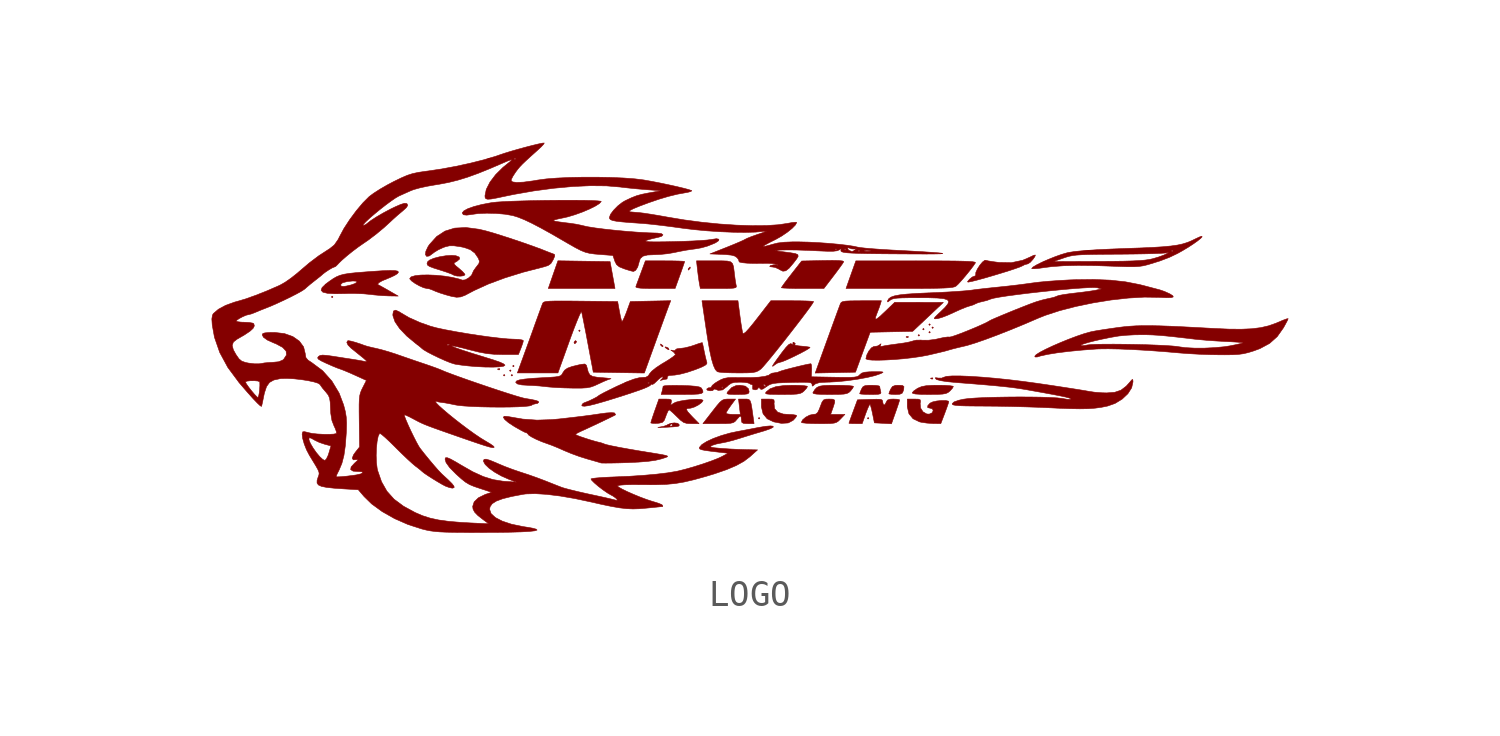
<source format=kicad_sym>
(kicad_symbol_lib
  (version 20220914)
  (generator bitmap2component)
  (symbol "LOGO"
    (pin_names
      (offset 1.016))
    (property "Reference" "#G"
      (at 0 28.695 0)
      (effects (font (size 1.27 1.27)) hide))
    (symbol "LOGO_0_0"
      (polyline (pts (xy -9.803 -3.099) (xy -9.251 -3.092) (xy -8.817 -3.079) (xy -8.5 -3.061) (xy -8.3 -3.038) (xy -8.217 -3.009) (xy -8.251 -2.975) (xy -8.402 -2.935) (xy -8.669 -2.89) (xy -8.768 -2.875) (xy -9.196 -2.785) (xy -9.546 -2.669) (xy -9.808 -2.533) (xy -9.973 -2.382) (xy -10.03 -2.219) (xy -10.013 -2.119) (xy -9.931 -2.003) (xy -9.774 -1.903) (xy -9.529 -1.812) (xy -9.188 -1.727) (xy -8.74 -1.642) (xy -8.639 -1.629) (xy -8.29 -1.619) (xy -7.852 -1.646) (xy -7.34 -1.709) (xy -6.771 -1.807) (xy -6.159 -1.937) (xy -5.767 -2.026) (xy -5.382 -2.106) (xy -5.067 -2.161) (xy -4.799 -2.192) (xy -4.554 -2.203) (xy -4.308 -2.195) (xy -4.037 -2.172) (xy -3.865 -2.155) (xy -3.644 -2.133) (xy -3.488 -2.117) (xy -3.422 -2.112) (xy -3.416 -2.11) (xy -3.427 -2.061) (xy -3.453 -2.04) (xy -3.569 -1.989) (xy -3.738 -1.936) (xy -3.808 -1.916) (xy -4.033 -1.842) (xy -4.285 -1.748) (xy -4.54 -1.643) (xy -4.777 -1.539) (xy -4.971 -1.444) (xy -5.101 -1.369) (xy -5.144 -1.323) (xy -5.142 -1.32) (xy -5.064 -1.296) (xy -4.87 -1.28) (xy -4.562 -1.273) (xy -4.143 -1.276) (xy -3.69 -1.278) (xy -3.295 -1.265) (xy -2.943 -1.232) (xy -2.598 -1.174) (xy -2.222 -1.086) (xy -1.778 -0.963) (xy -1.441 -0.861) (xy -0.979 -0.702) (xy -0.609 -0.545) (xy -0.317 -0.383) (xy -0.088 -0.209) (xy 0.205 0.053) (xy -0.235 0.062) (xy -0.245 0.062) (xy -0.534 0.072) (xy -0.867 0.088) (xy -1.173 0.109) (xy -1.224 0.113) (xy -1.442 0.133) (xy -1.56 0.154) (xy -1.593 0.179) (xy -1.554 0.212) (xy -1.519 0.229) (xy -1.363 0.278) (xy -1.173 0.316) (xy -1.166 0.317) (xy -0.972 0.356) (xy -0.723 0.42) (xy -0.469 0.496) (xy -0.2 0.581) (xy 0.13 0.682) (xy 0.428 0.77) (xy 0.491 0.789) (xy 0.702 0.864) (xy 0.803 0.921) (xy 0.8 0.957) (xy 0.699 0.969) (xy 0.503 0.953) (xy 0.221 0.905) (xy 0.184 0.898) (xy -0.089 0.845) (xy -0.352 0.795) (xy -0.552 0.758) (xy -0.845 0.696) (xy -1.177 0.601) (xy -1.483 0.49) (xy -1.739 0.371) (xy -1.923 0.255) (xy -2.014 0.15) (xy -2.02 0.124) (xy -2.002 0.089) (xy -1.934 0.059) (xy -1.8 0.032) (xy -1.583 0.002) (xy -1.265 -0.036) (xy -0.917 -0.075) (xy -1.177 -0.212) (xy -1.304 -0.271) (xy -1.559 -0.37) (xy -1.873 -0.48) (xy -2.213 -0.588) (xy -2.548 -0.684) (xy -2.845 -0.758) (xy -2.901 -0.769) (xy -3.237 -0.825) (xy -3.664 -0.876) (xy -4.16 -0.92) (xy -4.7 -0.956) (xy -5.265 -0.98) (xy -5.435 -0.987) (xy -5.722 -1.002) (xy -5.952 -1.02) (xy -6.104 -1.039) (xy -6.159 -1.057) (xy -6.133 -1.104) (xy -6.031 -1.207) (xy -5.879 -1.337) (xy -5.702 -1.473) (xy -5.527 -1.593) (xy -5.38 -1.678) (xy -5.332 -1.702) (xy -5.224 -1.776) (xy -5.16 -1.84) (xy -5.159 -1.876) (xy -5.235 -1.862) (xy -5.263 -1.854) (xy -5.394 -1.822) (xy -5.606 -1.773) (xy -5.878 -1.713) (xy -6.189 -1.646) (xy -6.329 -1.616) (xy -6.645 -1.544) (xy -6.926 -1.476) (xy -7.144 -1.419) (xy -7.274 -1.379) (xy -7.288 -1.373) (xy -7.454 -1.309) (xy -7.679 -1.22) (xy -7.919 -1.125) (xy -7.927 -1.122) (xy -8.213 -1.014) (xy -8.541 -0.898) (xy -8.84 -0.8) (xy -8.859 -0.794) (xy -9.151 -0.694) (xy -9.457 -0.579) (xy -9.714 -0.471) (xy -9.788 -0.438) (xy -10.019 -0.343) (xy -10.166 -0.301) (xy -10.243 -0.312) (xy -10.266 -0.37) (xy -10.265 -0.384) (xy -10.2 -0.503) (xy -10.05 -0.647) (xy -9.836 -0.799) (xy -9.58 -0.944) (xy -9.302 -1.067) (xy -9.004 -1.179) (xy -9.458 -1.148) (xy -9.528 -1.142) (xy -9.899 -1.082) (xy -10.271 -0.966) (xy -10.671 -0.784) (xy -11.123 -0.526) (xy -11.317 -0.41) (xy -11.518 -0.299) (xy -11.646 -0.246) (xy -11.713 -0.247) (xy -11.732 -0.297) (xy -11.694 -0.43) (xy -11.555 -0.625) (xy -11.313 -0.87) (xy -11.309 -0.874) (xy -11.105 -1.057) (xy -10.947 -1.182) (xy -10.798 -1.271) (xy -10.621 -1.345) (xy -10.377 -1.427) (xy -9.948 -1.567) (xy -10.162 -1.637) (xy -10.203 -1.652) (xy -10.458 -1.777) (xy -10.62 -1.932) (xy -10.676 -2.106) (xy -10.663 -2.21) (xy -10.602 -2.326) (xy -10.476 -2.456) (xy -10.266 -2.62) (xy -10.06 -2.771) (xy -10.764 -2.737) (xy -11.111 -2.718) (xy -11.58 -2.679) (xy -11.968 -2.626) (xy -12.298 -2.555) (xy -12.593 -2.461) (xy -12.876 -2.339) (xy -13.318 -2.099) (xy -13.679 -1.831) (xy -13.953 -1.525) (xy -14.158 -1.165) (xy -14.308 -0.733) (xy -14.324 -0.662) (xy -14.353 -0.429) (xy -14.362 -0.158) (xy -14.353 0.12) (xy -14.327 0.374) (xy -14.287 0.573) (xy -14.232 0.687) (xy -14.225 0.688) (xy -14.153 0.641) (xy -14.02 0.527) (xy -13.842 0.361) (xy -13.636 0.158) (xy -13.61 0.131) (xy -13.382 -0.094) (xy -13.165 -0.301) (xy -12.983 -0.467) (xy -12.859 -0.571) (xy -12.794 -0.619) (xy -12.673 -0.715) (xy -12.612 -0.769) (xy -12.61 -0.771) (xy -12.533 -0.833) (xy -12.386 -0.933) (xy -12.2 -1.052) (xy -12.005 -1.171) (xy -11.832 -1.272) (xy -11.711 -1.334) (xy -11.571 -1.385) (xy -11.461 -1.408) (xy -11.442 -1.407) (xy -11.385 -1.388) (xy -11.391 -1.335) (xy -11.466 -1.237) (xy -11.618 -1.085) (xy -11.853 -0.869) (xy -11.873 -0.849) (xy -11.993 -0.723) (xy -12.156 -0.537) (xy -12.341 -0.317) (xy -12.527 -0.089) (xy -12.69 0.12) (xy -12.735 0.189) (xy -12.823 0.347) (xy -12.927 0.551) (xy -13.037 0.777) (xy -13.14 1) (xy -13.224 1.194) (xy -13.278 1.334) (xy -13.29 1.395) (xy -13.233 1.379) (xy -13.103 1.319) (xy -12.927 1.227) (xy -12.854 1.188) (xy -12.742 1.129) (xy -12.634 1.077) (xy -12.514 1.024) (xy -12.364 0.965) (xy -12.168 0.892) (xy -11.911 0.8) (xy -11.575 0.682) (xy -11.146 0.532) (xy -10.777 0.404) (xy -10.445 0.291) (xy -10.2 0.211) (xy -10.031 0.162) (xy -9.925 0.14) (xy -9.87 0.14) (xy -9.855 0.16) (xy -9.888 0.199) (xy -10 0.279) (xy -10.163 0.377) (xy -10.184 0.389) (xy -10.379 0.508) (xy -10.608 0.663) (xy -10.857 0.842) (xy -11.114 1.035) (xy -11.366 1.231) (xy -11.6 1.421) (xy -11.804 1.594) (xy -11.964 1.738) (xy -12.068 1.846) (xy -12.102 1.904) (xy -12.055 1.905) (xy -11.977 1.882) (xy -11.849 1.863) (xy -11.847 1.863) (xy -11.745 1.85) (xy -11.567 1.818) (xy -11.351 1.773) (xy -11.234 1.753) (xy -10.997 1.729) (xy -10.697 1.711) (xy -10.354 1.697) (xy -9.987 1.689) (xy -9.618 1.686) (xy -9.265 1.689) (xy -8.95 1.698) (xy -8.691 1.712) (xy -8.51 1.732) (xy -8.425 1.758) (xy -8.383 1.787) (xy -8.259 1.819) (xy -8.202 1.827) (xy -8.154 1.873) (xy -8.155 1.883) (xy -8.185 1.914) (xy -8.269 1.943) (xy -8.427 1.977) (xy -8.682 2.02) (xy -8.685 2.02) (xy -8.821 2.054) (xy -9.046 2.12) (xy -9.342 2.213) (xy -9.688 2.325) (xy -10.065 2.451) (xy -10.453 2.583) (xy -10.833 2.714) (xy -11.186 2.839) (xy -11.49 2.95) (xy -11.728 3.041) (xy -11.879 3.105) (xy -11.918 3.122) (xy -12.067 3.179) (xy -12.28 3.255) (xy -12.524 3.339) (xy -12.575 3.356) (xy -12.9 3.466) (xy -13.248 3.586) (xy -13.553 3.692) (xy -13.618 3.715) (xy -13.897 3.804) (xy -14.165 3.881) (xy -14.374 3.932) (xy -14.501 3.959) (xy -14.689 4.005) (xy -14.812 4.043) (xy -14.946 4.093) (xy -15.141 4.157) (xy -15.312 4.205) (xy -15.417 4.224) (xy -15.454 4.218) (xy -15.485 4.159) (xy -15.44 4.059) (xy -15.325 3.941) (xy -15.253 3.884) (xy -15.084 3.747) (xy -14.905 3.603) (xy -14.848 3.557) (xy -14.743 3.463) (xy -14.725 3.424) (xy -14.787 3.429) (xy -14.877 3.447) (xy -15.065 3.481) (xy -15.281 3.516) (xy -15.488 3.547) (xy -15.781 3.593) (xy -16.059 3.636) (xy -16.244 3.662) (xy -16.407 3.674) (xy -16.506 3.66) (xy -16.57 3.618) (xy -16.573 3.615) (xy -16.6 3.566) (xy -16.568 3.516) (xy -16.46 3.451) (xy -16.261 3.356) (xy -16.253 3.353) (xy -16.039 3.259) (xy -15.852 3.182) (xy -15.731 3.139) (xy -15.716 3.134) (xy -15.583 3.083) (xy -15.387 3.001) (xy -15.165 2.902) (xy -14.736 2.707) (xy -14.88 2.424) (xy -14.922 2.339) (xy -14.963 2.236) (xy -14.991 2.125) (xy -15.007 1.982) (xy -15.014 1.787) (xy -15.014 1.518) (xy -15.01 1.153) (xy -14.997 0.165) (xy -15.157 -0.036) (xy -15.23 -0.14) (xy -15.277 -0.265) (xy -15.238 -0.328) (xy -15.115 -0.319) (xy -15.059 -0.312) (xy -15.081 -0.355) (xy -15.193 -0.459) (xy -15.32 -0.598) (xy -15.337 -0.7) (xy -15.245 -0.759) (xy -15.046 -0.774) (xy -15.014 -0.773) (xy -14.894 -0.787) (xy -14.876 -0.822) (xy -14.954 -0.865) (xy -15.12 -0.903) (xy -15.238 -0.92) (xy -15.489 -0.952) (xy -15.699 -0.972) (xy -15.843 -0.978) (xy -15.897 -0.969) (xy -15.893 -0.954) (xy -15.852 -0.861) (xy -15.78 -0.718) (xy -15.778 -0.713) (xy -15.672 -0.46) (xy -15.594 -0.156) (xy -15.54 0.223) (xy -15.505 0.696) (xy -15.5 0.796) (xy -15.494 1.082) (xy -15.507 1.31) (xy -15.543 1.526) (xy -15.608 1.774) (xy -15.778 2.221) (xy -16.056 2.683) (xy -16.409 3.078) (xy -16.821 3.385) (xy -16.965 3.48) (xy -17.048 3.579) (xy -17.07 3.698) (xy -17.071 3.723) (xy -17.135 3.986) (xy -17.298 4.208) (xy -17.546 4.381) (xy -17.866 4.495) (xy -18.244 4.539) (xy -18.451 4.536) (xy -18.612 4.522) (xy -18.691 4.499) (xy -18.716 4.447) (xy -18.666 4.352) (xy -18.517 4.247) (xy -18.279 4.14) (xy -18.183 4.102) (xy -17.935 3.968) (xy -17.803 3.826) (xy -17.789 3.677) (xy -17.891 3.52) (xy -17.937 3.481) (xy -18.087 3.419) (xy -18.317 3.397) (xy -18.424 3.392) (xy -18.626 3.375) (xy -18.77 3.35) (xy -18.842 3.34) (xy -19.024 3.342) (xy -19.231 3.367) (xy -19.348 3.39) (xy -19.498 3.442) (xy -19.605 3.532) (xy -19.717 3.692) (xy -19.819 3.875) (xy -19.863 4.045) (xy -19.817 4.173) (xy -19.681 4.279) (xy -19.396 4.444) (xy -19.186 4.584) (xy -19.063 4.697) (xy -19.017 4.79) (xy -19.039 4.874) (xy -19.078 4.895) (xy -19.208 4.918) (xy -19.391 4.928) (xy -19.52 4.932) (xy -19.657 4.949) (xy -19.71 4.975) (xy -19.695 4.999) (xy -19.606 5.064) (xy -19.471 5.136) (xy -19.333 5.196) (xy -19.233 5.221) (xy -19.228 5.221) (xy -19.129 5.247) (xy -18.985 5.302) (xy -18.959 5.314) (xy -18.767 5.394) (xy -18.566 5.473) (xy -18.392 5.542) (xy -18.136 5.655) (xy -17.861 5.783) (xy -17.593 5.914) (xy -17.358 6.036) (xy -17.18 6.137) (xy -17.084 6.203) (xy -17.026 6.256) (xy -16.884 6.377) (xy -16.717 6.51) (xy -16.606 6.597) (xy -16.484 6.694) (xy -16.425 6.744) (xy -16.408 6.761) (xy -16.302 6.843) (xy -16.165 6.934) (xy -16.037 7.008) (xy -15.961 7.039) (xy -15.912 7.059) (xy -15.827 7.142) (xy -15.803 7.171) (xy -15.675 7.296) (xy -15.488 7.459) (xy -15.269 7.636) (xy -15.046 7.804) (xy -14.846 7.943) (xy -14.666 8.066) (xy -14.366 8.293) (xy -14.066 8.542) (xy -13.814 8.772) (xy -13.737 8.845) (xy -13.559 9.005) (xy -13.374 9.161) (xy -13.352 9.179) (xy -13.213 9.305) (xy -13.16 9.388) (xy -13.18 9.447) (xy -13.207 9.466) (xy -13.29 9.47) (xy -13.43 9.427) (xy -13.649 9.331) (xy -13.812 9.252) (xy -14.092 9.103) (xy -14.356 8.949) (xy -14.573 8.808) (xy -14.713 8.698) (xy -14.761 8.66) (xy -14.859 8.623) (xy -14.867 8.625) (xy -14.849 8.671) (xy -14.758 8.769) (xy -14.61 8.907) (xy -14.422 9.068) (xy -14.213 9.24) (xy -13.998 9.408) (xy -13.794 9.559) (xy -13.62 9.678) (xy -13.492 9.751) (xy -13.436 9.776) (xy -13.232 9.868) (xy -13.023 9.961) (xy -12.918 9.999) (xy -12.691 10.062) (xy -12.411 10.123) (xy -12.118 10.174) (xy -11.955 10.2) (xy -11.593 10.269) (xy -11.24 10.357) (xy -10.872 10.47) (xy -10.469 10.616) (xy -10.006 10.803) (xy -9.462 11.037) (xy -9.377 11.074) (xy -9.23 11.13) (xy -9.185 11.13) (xy -9.24 11.07) (xy -9.392 10.947) (xy -9.52 10.843) (xy -9.799 10.567) (xy -10.016 10.281) (xy -10.157 10.005) (xy -10.207 9.76) (xy -10.202 9.695) (xy -10.173 9.647) (xy -10.101 9.627) (xy -9.97 9.636) (xy -9.76 9.674) (xy -9.454 9.739) (xy -9.1 9.812) (xy -8.341 9.945) (xy -7.587 10.046) (xy -6.86 10.113) (xy -6.18 10.144) (xy -5.568 10.138) (xy -5.045 10.094) (xy -4.962 10.083) (xy -4.694 10.053) (xy -4.382 10.022) (xy -4.077 9.996) (xy -3.49 9.952) (xy -3.93 9.872) (xy -3.966 9.866) (xy -4.22 9.815) (xy -4.417 9.76) (xy -4.611 9.684) (xy -4.855 9.569) (xy -4.959 9.508) (xy -5.135 9.37) (xy -5.295 9.207) (xy -5.411 9.051) (xy -5.455 8.929) (xy -5.447 8.887) (xy -5.409 8.846) (xy -5.326 8.813) (xy -5.183 8.786) (xy -4.966 8.761) (xy -4.661 8.735) (xy -4.253 8.707) (xy -4.119 8.697) (xy -3.824 8.668) (xy -3.466 8.627) (xy -3.08 8.578) (xy -2.698 8.526) (xy -2.696 8.525) (xy -2.225 8.467) (xy -1.722 8.42) (xy -1.212 8.386) (xy -0.719 8.366) (xy -0.267 8.361) (xy 0.117 8.371) (xy 0.411 8.399) (xy 0.433 8.402) (xy 0.53 8.413) (xy 0.535 8.401) (xy 0.439 8.363) (xy 0.238 8.294) (xy 0.194 8.279) (xy -0.016 8.205) (xy -0.178 8.141) (xy -0.261 8.1) (xy -0.331 8.063) (xy -0.489 7.992) (xy -0.709 7.899) (xy -0.968 7.794) (xy -1.079 7.75) (xy 3.637 7.75) (xy 3.654 7.775) (xy 3.74 7.753) (xy 3.806 7.729) (xy 3.93 7.726) (xy 3.949 7.731) (xy 3.989 7.736) (xy 3.93 7.69) (xy 3.88 7.658) (xy 3.873 7.655) (xy 4.048 7.655) (xy 4.077 7.684) (xy 4.106 7.655) (xy 4.1 7.649) (xy 4.279 7.649) (xy 4.297 7.666) (xy 4.353 7.675) (xy 4.502 7.666) (xy 4.519 7.661) (xy 4.506 7.646) (xy 4.4 7.639) (xy 4.36 7.64) (xy 4.279 7.649) (xy 4.1 7.649) (xy 4.077 7.626) (xy 4.048 7.655) (xy 3.873 7.655) (xy 3.813 7.631) (xy 3.799 7.634) (xy 3.686 7.68) (xy 3.637 7.75) (xy -1.079 7.75) (xy -1.17 7.714) (xy 3.168 7.714) (xy 3.197 7.743) (xy 3.226 7.714) (xy 3.197 7.684) (xy 3.168 7.714) (xy -1.17 7.714) (xy -1.613 7.538) (xy -1.146 7.521) (xy -1.006 7.514) (xy -0.795 7.492) (xy -0.661 7.454) (xy -0.577 7.395) (xy -0.518 7.316) (xy -0.505 7.258) (xy -0.489 7.229) (xy -0.38 7.203) (xy -0.193 7.185) (xy 0.05 7.176) (xy 0.327 7.179) (xy 0.38 7.18) (xy 0.614 7.179) (xy 0.804 7.167) (xy 0.914 7.145) (xy 0.958 7.125) (xy 0.985 7.106) (xy 0.901 7.119) (xy 0.816 7.123) (xy 0.696 7.092) (xy 0.687 7.086) (xy 0.672 7.051) (xy 0.766 7.04) (xy 0.88 7.022) (xy 1.03 6.953) (xy 1.054 6.935) (xy 1.173 6.878) (xy 1.284 6.894) (xy 1.41 6.993) (xy 1.572 7.184) (xy 1.592 7.209) (xy 1.702 7.353) (xy 1.756 7.449) (xy 1.743 7.51) (xy 1.649 7.551) (xy 1.463 7.583) (xy 1.173 7.621) (xy 1.106 7.629) (xy 0.941 7.652) (xy 0.883 7.666) (xy 0.924 7.676) (xy 1.056 7.684) (xy 1.115 7.687) (xy 1.379 7.692) (xy 1.707 7.688) (xy 2.118 7.674) (xy 2.629 7.65) (xy 2.873 7.64) (xy 3.102 7.641) (xy 3.247 7.659) (xy 3.329 7.695) (xy 3.352 7.714) (xy 3.403 7.741) (xy 3.397 7.714) (xy 3.52 7.714) (xy 3.549 7.743) (xy 3.578 7.714) (xy 3.549 7.684) (xy 3.52 7.714) (xy 3.397 7.714) (xy 3.391 7.683) (xy 3.387 7.671) (xy 3.393 7.642) (xy 3.427 7.618) (xy 3.5 7.598) (xy 3.622 7.582) (xy 3.802 7.57) (xy 4.051 7.56) (xy 4.378 7.552) (xy 4.792 7.546) (xy 5.305 7.541) (xy 5.925 7.537) (xy 6.24 7.535) (xy 6.668 7.534) (xy 6.985 7.537) (xy 7.19 7.542) (xy 7.281 7.551) (xy 7.259 7.563) (xy 7.123 7.579) (xy 6.873 7.598) (xy 6.507 7.622) (xy 6.025 7.65) (xy 5.426 7.682) (xy 5.333 7.687) (xy 4.959 7.709) (xy 4.62 7.734) (xy 4.336 7.758) (xy 4.129 7.781) (xy 4.018 7.8) (xy 3.885 7.83) (xy 3.632 7.869) (xy 3.308 7.907) (xy 2.936 7.941) (xy 2.542 7.969) (xy 2.151 7.989) (xy 1.789 7.998) (xy 1.532 7.998) (xy 1.218 7.985) (xy 0.972 7.955) (xy 0.767 7.904) (xy 0.63 7.863) (xy 0.489 7.83) (xy 0.424 7.828) (xy 0.427 7.836) (xy 0.498 7.885) (xy 0.645 7.966) (xy 0.844 8.065) (xy 0.893 8.089) (xy 1.121 8.218) (xy 1.34 8.366) (xy 1.525 8.515) (xy 1.653 8.646) (xy 1.701 8.739) (xy 1.655 8.749) (xy 1.522 8.736) (xy 1.335 8.702) (xy 1.002 8.653) (xy 0.537 8.622) (xy -0.006 8.618) (xy -0.609 8.638) (xy -1.255 8.682) (xy -1.923 8.749) (xy -2.596 8.838) (xy -3.256 8.948) (xy -3.269 8.951) (xy -3.585 9.007) (xy -3.887 9.057) (xy -4.14 9.095) (xy -4.311 9.116) (xy -4.414 9.124) (xy -4.573 9.138) (xy -4.661 9.146) (xy -4.694 9.155) (xy -4.673 9.195) (xy -4.542 9.265) (xy -4.303 9.364) (xy -3.96 9.492) (xy -3.565 9.627) (xy -3.199 9.736) (xy -2.859 9.819) (xy -2.502 9.884) (xy -2.452 9.893) (xy -2.338 9.925) (xy -2.307 9.953) (xy -2.32 9.96) (xy -2.427 9.997) (xy -2.622 10.049) (xy -2.881 10.111) (xy -3.184 10.178) (xy -3.508 10.246) (xy -3.833 10.309) (xy -4.136 10.363) (xy -4.141 10.364) (xy -4.481 10.406) (xy -4.908 10.438) (xy -5.396 10.459) (xy -5.919 10.469) (xy -6.453 10.469) (xy -6.972 10.458) (xy -7.45 10.436) (xy -7.862 10.404) (xy -8.183 10.361) (xy -8.369 10.329) (xy -8.729 10.281) (xy -8.993 10.268) (xy -9.155 10.289) (xy -9.21 10.345) (xy -9.2 10.386) (xy -9.137 10.51) (xy -9.036 10.664) (xy -8.959 10.767) (xy -8.878 10.864) (xy -8.779 10.968) (xy -8.644 11.097) (xy -8.456 11.269) (xy -8.197 11.501) (xy -8.064 11.624) (xy -7.969 11.726) (xy -7.942 11.775) (xy -7.943 11.775) (xy -8.014 11.77) (xy -8.172 11.737) (xy -8.393 11.684) (xy -8.655 11.616) (xy -8.934 11.54) (xy -9.206 11.462) (xy -9.447 11.388) (xy -9.635 11.325) (xy -9.808 11.265) (xy -10.114 11.175) (xy -9.092 11.175) (xy -9.063 11.204) (xy -9.034 11.175) (xy -9.063 11.146) (xy -9.092 11.175) (xy -10.114 11.175) (xy -10.251 11.134) (xy -10.763 11.005) (xy -11.31 10.886) (xy -11.859 10.784) (xy -12.377 10.707) (xy -12.477 10.694) (xy -12.755 10.653) (xy -12.976 10.605) (xy -13.18 10.539) (xy -13.407 10.441) (xy -13.697 10.3) (xy -13.935 10.174) (xy -14.216 10.012) (xy -14.46 9.855) (xy -14.632 9.727) (xy -14.633 9.726) (xy -14.866 9.493) (xy -15.121 9.19) (xy -15.372 8.851) (xy -15.592 8.514) (xy -15.755 8.212) (xy -15.817 8.088) (xy -15.962 7.88) (xy -16.141 7.736) (xy -16.175 7.715) (xy -16.559 7.465) (xy -16.917 7.195) (xy -17.3 6.869) (xy -17.379 6.8) (xy -17.612 6.616) (xy -17.841 6.456) (xy -18.026 6.351) (xy -18.098 6.317) (xy -18.533 6.128) (xy -18.965 5.957) (xy -19.361 5.816) (xy -19.688 5.72) (xy -19.766 5.699) (xy -20.107 5.577) (xy -20.389 5.425) (xy -20.584 5.258) (xy -20.616 5.2) (xy -20.64 5.055) (xy -20.625 4.824) (xy -20.54 4.353) (xy -20.338 3.772) (xy -20.029 3.201) (xy -19.618 2.648) (xy -19.358 2.648) (xy -19.357 2.652) (xy -19.294 2.68) (xy -19.164 2.695) (xy -19.011 2.696) (xy -18.88 2.683) (xy -18.814 2.654) (xy -18.808 2.627) (xy -18.806 2.505) (xy -18.817 2.332) (xy -18.827 2.239) (xy -18.853 2.106) (xy -18.88 2.053) (xy -18.918 2.079) (xy -19.009 2.174) (xy -19.124 2.309) (xy -19.237 2.454) (xy -19.324 2.578) (xy -19.358 2.648) (xy -19.618 2.648) (xy -19.607 2.632) (xy -19.517 2.526) (xy -19.278 2.249) (xy -19.071 2.018) (xy -18.905 1.844) (xy -18.793 1.739) (xy -18.744 1.713) (xy -18.73 1.76) (xy -18.7 1.895) (xy -18.663 2.082) (xy -18.631 2.231) (xy -18.55 2.473) (xy -18.437 2.63) (xy -18.271 2.722) (xy -18.032 2.773) (xy -17.985 2.778) (xy -17.768 2.783) (xy -17.508 2.769) (xy -17.233 2.739) (xy -16.968 2.698) (xy -16.74 2.649) (xy -16.576 2.597) (xy -16.502 2.545) (xy -16.489 2.52) (xy -16.412 2.412) (xy -16.297 2.277) (xy -16.279 2.256) (xy -16.193 2.147) (xy -16.144 2.033) (xy -16.119 1.877) (xy -16.108 1.643) (xy -16.097 1.441) (xy -16.053 1.175) (xy -15.97 0.961) (xy -15.932 0.883) (xy -15.883 0.751) (xy -15.88 0.682) (xy -15.888 0.676) (xy -15.989 0.655) (xy -16.166 0.646) (xy -16.384 0.648) (xy -16.61 0.66) (xy -16.809 0.681) (xy -16.947 0.711) (xy -16.964 0.716) (xy -17.096 0.748) (xy -17.168 0.743) (xy -17.191 0.656) (xy -17.171 0.491) (xy -17.155 0.435) (xy -16.931 0.435) (xy -16.927 0.515) (xy -16.924 0.516) (xy -16.855 0.503) (xy -16.738 0.439) (xy -16.71 0.422) (xy -16.532 0.337) (xy -16.333 0.27) (xy -16.089 0.205) (xy -16.171 -0.073) (xy -16.204 -0.17) (xy -16.268 -0.3) (xy -16.324 -0.35) (xy -16.401 -0.315) (xy -16.518 -0.207) (xy -16.649 -0.051) (xy -16.773 0.126) (xy -16.874 0.297) (xy -16.931 0.435) (xy -17.155 0.435) (xy -17.112 0.281) (xy -17.023 0.055) (xy -16.913 -0.154) (xy -16.798 -0.343) (xy -16.671 -0.552) (xy -16.591 -0.695) (xy -16.551 -0.791) (xy -16.542 -0.861) (xy -16.556 -0.925) (xy -16.586 -1.004) (xy -16.62 -1.115) (xy -16.621 -1.214) (xy -16.569 -1.287) (xy -16.452 -1.341) (xy -16.255 -1.38) (xy -15.967 -1.411) (xy -15.574 -1.438) (xy -15.046 -1.469) (xy -14.825 -1.728) (xy -14.536 -2.011) (xy -14.132 -2.305) (xy -13.659 -2.573) (xy -13.144 -2.799) (xy -12.612 -2.97) (xy -12.595 -2.974) (xy -12.438 -3.013) (xy -12.286 -3.042) (xy -12.121 -3.064) (xy -11.926 -3.08) (xy -11.684 -3.091) (xy -11.378 -3.097) (xy -10.989 -3.1) (xy -10.5 -3.101) (xy -10.471 -3.101) (xy -9.803 -3.099)) (stroke (width 0.01) (type default)) (fill (type outline)))
      (polyline (pts (xy -5.379 -0.45) (xy -5.095 -0.444) (xy -4.77 -0.434) (xy -4.346 -0.414) (xy -3.978 -0.385) (xy -3.694 -0.345) (xy -3.48 -0.294) (xy -3.439 -0.281) (xy -3.313 -0.241) (xy -3.241 -0.211) (xy -3.233 -0.185) (xy -3.299 -0.158) (xy -3.45 -0.127) (xy -3.696 -0.085) (xy -4.048 -0.029) (xy -4.309 0.014) (xy -4.73 0.086) (xy -5.089 0.151) (xy -5.373 0.208) (xy -5.568 0.253) (xy -5.661 0.283) (xy -5.675 0.291) (xy -5.79 0.33) (xy -5.832 0.338) (xy -5.982 0.376) (xy -6.174 0.432) (xy -6.378 0.497) (xy -6.561 0.559) (xy -6.695 0.61) (xy -6.746 0.639) (xy -6.744 0.645) (xy -6.682 0.694) (xy -6.555 0.757) (xy -6.485 0.788) (xy -6.314 0.866) (xy -6.097 0.967) (xy -5.861 1.078) (xy -5.631 1.188) (xy -5.431 1.285) (xy -5.287 1.356) (xy -5.225 1.389) (xy -5.219 1.401) (xy -5.254 1.46) (xy -5.27 1.467) (xy -5.383 1.475) (xy -5.571 1.463) (xy -5.807 1.432) (xy -5.846 1.426) (xy -6.154 1.381) (xy -6.496 1.336) (xy -6.899 1.288) (xy -7.391 1.233) (xy -7.652 1.209) (xy -8.22 1.19) (xy -8.764 1.229) (xy -9.342 1.329) (xy -9.344 1.329) (xy -9.473 1.338) (xy -9.506 1.296) (xy -9.45 1.212) (xy -9.31 1.093) (xy -9.092 0.95) (xy -9.033 0.916) (xy -8.843 0.808) (xy -8.697 0.732) (xy -8.622 0.704) (xy -8.609 0.703) (xy -8.564 0.656) (xy -8.537 0.619) (xy -8.424 0.545) (xy -8.249 0.456) (xy -8.042 0.367) (xy -7.831 0.291) (xy -7.828 0.29) (xy -7.653 0.227) (xy -7.423 0.133) (xy -7.186 0.028) (xy -6.917 -0.084) (xy -6.6 -0.2) (xy -6.306 -0.292) (xy -6.236 -0.312) (xy -6.022 -0.373) (xy -5.859 -0.42) (xy -5.778 -0.446) (xy -5.741 -0.45) (xy -5.601 -0.452) (xy -5.379 -0.45)) (stroke (width 0.01) (type default)) (fill (type outline)))
      (polyline (pts (xy -3.344 0.915) (xy -3.255 0.919) (xy -3.021 0.932) (xy -2.878 0.945) (xy -2.807 0.962) (xy -2.786 0.989) (xy -2.795 1.029) (xy -2.853 1.07) (xy -2.98 1.084) (xy -3.126 1.062) (xy -3.242 1.009) (xy -3.258 0.998) (xy -3.26 0.997) (xy -3.138 0.997) (xy -3.126 1.015) (xy -3.076 1.056) (xy -3.07 1.054) (xy -3.05 0.997) (xy -3.053 0.981) (xy -3.112 0.939) (xy -3.134 0.943) (xy -3.138 0.997) (xy -3.26 0.997) (xy -3.381 0.953) (xy -3.55 0.921) (xy -3.584 0.917) (xy -3.602 0.909) (xy -3.518 0.909) (xy -3.344 0.915)) (stroke (width 0.01) (type default)) (fill (type outline)))
      (polyline (pts (xy -2.276 1.307) (xy -2.328 1.362) (xy -2.46 1.507) (xy -2.51 1.592) (xy -2.486 1.632) (xy -2.39 1.643) (xy -2.347 1.647) (xy -2.201 1.693) (xy -2.048 1.773) (xy -1.926 1.864) (xy -1.877 1.942) (xy -1.88 1.951) (xy -1.954 1.979) (xy -2.107 1.987) (xy -2.309 1.977) (xy -2.531 1.954) (xy -2.742 1.919) (xy -2.913 1.876) (xy -3.015 1.827) (xy -3.077 1.777) (xy -3.111 1.772) (xy -3.094 1.863) (xy -3.087 1.893) (xy -3.091 1.961) (xy -3.157 1.989) (xy -3.312 1.994) (xy -3.563 1.994) (xy -3.717 1.56) (xy -3.735 1.51) (xy -3.804 1.308) (xy -3.853 1.157) (xy -3.872 1.087) (xy -3.864 1.078) (xy -3.777 1.064) (xy -3.627 1.067) (xy -3.552 1.074) (xy -3.43 1.103) (xy -3.36 1.179) (xy -3.299 1.335) (xy -3.274 1.407) (xy -3.217 1.534) (xy -3.175 1.584) (xy -3.125 1.553) (xy -3.015 1.457) (xy -2.874 1.32) (xy -2.736 1.186) (xy -2.616 1.1) (xy -2.493 1.063) (xy -2.322 1.056) (xy -2.029 1.056) (xy -2.276 1.307)) (stroke (width 0.01) (type default)) (fill (type outline)))
      (polyline (pts (xy -0.998 1.058) (xy -0.832 1.069) (xy -0.726 1.093) (xy -0.657 1.135) (xy -0.597 1.202) (xy -0.593 1.208) (xy -0.503 1.308) (xy -0.446 1.349) (xy -0.423 1.313) (xy -0.411 1.202) (xy -0.41 1.183) (xy -0.393 1.099) (xy -0.323 1.063) (xy -0.169 1.056) (xy 0.072 1.056) (xy 0.033 1.335) (xy 0.029 1.363) (xy -0.01 1.638) (xy -0.042 1.819) (xy -0.077 1.926) (xy -0.124 1.977) (xy -0.194 1.993) (xy -0.297 1.994) (xy -0.522 1.994) (xy -0.488 1.701) (xy -0.453 1.408) (xy -0.725 1.408) (xy -0.811 1.41) (xy -0.945 1.427) (xy -0.997 1.455) (xy -0.985 1.49) (xy -0.919 1.6) (xy -0.816 1.748) (xy -0.635 1.994) (xy -0.895 1.994) (xy -0.948 1.994) (xy -1.054 1.985) (xy -1.142 1.95) (xy -1.234 1.874) (xy -1.351 1.738) (xy -1.518 1.525) (xy -1.882 1.056) (xy -1.297 1.056) (xy -1.253 1.056) (xy -0.998 1.058)) (stroke (width 0.01) (type default)) (fill (type outline)))
      (polyline (pts (xy 1.378 1.082) (xy 1.565 1.183) (xy 1.569 1.187) (xy 1.662 1.289) (xy 1.701 1.359) (xy 1.672 1.379) (xy 1.555 1.4) (xy 1.379 1.408) (xy 1.186 1.422) (xy 0.971 1.496) (xy 0.853 1.63) (xy 0.835 1.824) (xy 0.843 1.886) (xy 0.832 1.961) (xy 0.763 1.99) (xy 0.606 1.994) (xy 0.352 1.994) (xy 0.352 1.734) (xy 0.353 1.693) (xy 0.416 1.433) (xy 0.573 1.241) (xy 0.821 1.123) (xy 1.117 1.066) (xy 1.378 1.082)) (stroke (width 0.01) (type default)) (fill (type outline)))
      (polyline (pts (xy 2.778 1.056) (xy 2.99 1.061) (xy 3.131 1.076) (xy 3.224 1.106) (xy 3.297 1.156) (xy 3.373 1.232) (xy 3.542 1.408) (xy 3.269 1.408) (xy 2.997 1.408) (xy 3.082 1.65) (xy 3.1 1.7) (xy 3.151 1.867) (xy 3.148 1.955) (xy 3.08 1.989) (xy 2.936 1.994) (xy 2.813 1.99) (xy 2.725 1.959) (xy 2.665 1.872) (xy 2.599 1.701) (xy 2.562 1.602) (xy 2.499 1.476) (xy 2.428 1.42) (xy 2.322 1.408) (xy 2.197 1.381) (xy 2.047 1.303) (xy 1.927 1.201) (xy 1.877 1.104) (xy 1.923 1.087) (xy 2.064 1.071) (xy 2.277 1.06) (xy 2.541 1.056) (xy 2.778 1.056)) (stroke (width 0.01) (type default)) (fill (type outline)))
      (polyline (pts (xy 5.476 1.488) (xy 5.495 1.541) (xy 5.564 1.742) (xy 5.613 1.892) (xy 5.631 1.96) (xy 5.625 1.968) (xy 5.54 1.987) (xy 5.391 1.994) (xy 5.274 1.989) (xy 5.167 1.956) (xy 5.12 1.877) (xy 5.12 1.873) (xy 5.067 1.775) (xy 5.012 1.777) (xy 4.986 1.879) (xy 4.983 1.92) (xy 4.957 1.963) (xy 4.885 1.984) (xy 4.741 1.988) (xy 4.504 1.982) (xy 4.022 1.965) (xy 3.859 1.525) (xy 3.837 1.465) (xy 3.765 1.269) (xy 3.715 1.128) (xy 3.696 1.071) (xy 3.706 1.067) (xy 3.795 1.059) (xy 3.949 1.056) (xy 4.202 1.056) (xy 4.337 1.44) (xy 4.343 1.455) (xy 4.413 1.637) (xy 4.47 1.758) (xy 4.503 1.794) (xy 4.522 1.747) (xy 4.559 1.611) (xy 4.6 1.425) (xy 4.668 1.085) (xy 4.994 1.068) (xy 5.321 1.05) (xy 5.476 1.488)) (stroke (width 0.01) (type default)) (fill (type outline)))
      (polyline (pts (xy 7.357 1.453) (xy 7.364 1.473) (xy 7.437 1.671) (xy 7.489 1.821) (xy 7.509 1.893) (xy 7.487 1.918) (xy 7.383 1.939) (xy 7.224 1.938) (xy 7.048 1.92) (xy 6.893 1.885) (xy 6.795 1.839) (xy 6.707 1.74) (xy 6.705 1.667) (xy 6.809 1.643) (xy 6.888 1.618) (xy 6.914 1.547) (xy 6.87 1.467) (xy 6.764 1.419) (xy 6.667 1.425) (xy 6.524 1.508) (xy 6.431 1.653) (xy 6.416 1.825) (xy 6.428 1.896) (xy 6.419 1.964) (xy 6.348 1.99) (xy 6.187 1.994) (xy 5.925 1.994) (xy 5.925 1.734) (xy 5.926 1.693) (xy 5.988 1.433) (xy 6.146 1.241) (xy 6.394 1.123) (xy 6.464 1.107) (xy 6.678 1.076) (xy 6.902 1.061) (xy 7.205 1.056) (xy 7.357 1.453)) (stroke (width 0.01) (type default)) (fill (type outline)))
      (polyline (pts (xy 0.293 1.261) (xy 0.264 1.29) (xy 0.235 1.261) (xy 0.264 1.232) (xy 0.293 1.261)) (stroke (width 0.01) (type default)) (fill (type outline)))
      (polyline (pts (xy 4.458 1.261) (xy 4.429 1.29) (xy 4.4 1.261) (xy 4.429 1.232) (xy 4.458 1.261)) (stroke (width 0.01) (type default)) (fill (type outline)))
      (polyline (pts (xy 12.835 1.627) (xy 13.103 1.647) (xy 13.344 1.68) (xy 13.579 1.728) (xy 13.86 1.827) (xy 14.131 1.992) (xy 14.35 2.198) (xy 14.495 2.424) (xy 14.546 2.651) (xy 14.545 2.681) (xy 14.536 2.743) (xy 14.497 2.725) (xy 14.408 2.62) (xy 14.289 2.488) (xy 14.086 2.333) (xy 13.848 2.253) (xy 13.539 2.229) (xy 13.345 2.235) (xy 13.08 2.256) (xy 12.864 2.288) (xy 12.864 2.288) (xy 12.731 2.312) (xy 12.501 2.35) (xy 12.191 2.399) (xy 11.82 2.456) (xy 11.407 2.519) (xy 10.97 2.583) (xy 10.896 2.594) (xy 10.328 2.671) (xy 9.773 2.738) (xy 9.242 2.792) (xy 8.75 2.834) (xy 8.309 2.863) (xy 7.933 2.878) (xy 7.633 2.877) (xy 7.423 2.861) (xy 7.317 2.827) (xy 7.235 2.794) (xy 7.095 2.797) (xy 7.051 2.807) (xy 6.99 2.806) (xy 7.022 2.756) (xy 7.053 2.737) (xy 7.196 2.698) (xy 7.426 2.661) (xy 7.726 2.632) (xy 7.867 2.62) (xy 8.428 2.576) (xy 8.891 2.538) (xy 9.273 2.504) (xy 9.587 2.473) (xy 9.851 2.444) (xy 10.08 2.414) (xy 10.289 2.383) (xy 10.495 2.349) (xy 10.638 2.323) (xy 11.115 2.238) (xy 11.49 2.169) (xy 11.771 2.115) (xy 11.97 2.072) (xy 12.096 2.039) (xy 12.16 2.014) (xy 12.172 1.995) (xy 12.146 1.983) (xy 12.032 1.985) (xy 11.865 2.013) (xy 11.842 2.017) (xy 11.653 2.039) (xy 11.372 2.055) (xy 11.018 2.067) (xy 10.613 2.073) (xy 10.177 2.075) (xy 9.731 2.071) (xy 9.295 2.063) (xy 8.89 2.051) (xy 8.536 2.034) (xy 8.255 2.013) (xy 8.066 1.988) (xy 7.896 1.95) (xy 7.711 1.885) (xy 7.64 1.819) (xy 7.647 1.79) (xy 7.691 1.768) (xy 7.784 1.752) (xy 7.942 1.74) (xy 8.176 1.732) (xy 8.501 1.728) (xy 8.93 1.725) (xy 9.363 1.721) (xy 9.896 1.711) (xy 10.445 1.696) (xy 10.964 1.679) (xy 11.409 1.659) (xy 11.667 1.646) (xy 12.137 1.628) (xy 12.519 1.621) (xy 12.835 1.627)) (stroke (width 0.01) (type default)) (fill (type outline)))
      (polyline (pts (xy -6.246 1.743) (xy -6 1.803) (xy -5.661 1.899) (xy -5.221 2.034) (xy -4.831 2.158) (xy -4.476 2.276) (xy -4.212 2.369) (xy -4.028 2.443) (xy -3.914 2.502) (xy -3.858 2.55) (xy -3.839 2.571) (xy -3.814 2.558) (xy -3.804 2.551) (xy -3.739 2.593) (xy -3.632 2.694) (xy -3.577 2.749) (xy -3.472 2.831) (xy -3.414 2.847) (xy -3.407 2.816) (xy -3.463 2.748) (xy -3.475 2.739) (xy -3.51 2.705) (xy -3.442 2.722) (xy -3.377 2.74) (xy -3.274 2.757) (xy -3.251 2.764) (xy -3.242 2.83) (xy -3.243 2.858) (xy -3.173 2.894) (xy -2.999 2.908) (xy -2.959 2.91) (xy -2.751 2.945) (xy -2.487 3.013) (xy -2.211 3.106) (xy -2.168 3.121) (xy -1.936 3.214) (xy -1.797 3.284) (xy -1.734 3.341) (xy -1.731 3.394) (xy -1.75 3.456) (xy -1.79 3.616) (xy -1.832 3.813) (xy -1.859 3.948) (xy -1.889 4.089) (xy -1.905 4.149) (xy -1.94 4.143) (xy -2.06 4.107) (xy -2.232 4.046) (xy -2.364 4.003) (xy -2.577 3.951) (xy -2.741 3.93) (xy -2.757 3.93) (xy -2.882 3.912) (xy -2.933 3.873) (xy -2.951 3.847) (xy -3.036 3.849) (xy -3.078 3.861) (xy -3.107 3.863) (xy -3.036 3.814) (xy -2.977 3.767) (xy -2.933 3.693) (xy -2.945 3.675) (xy -3.034 3.601) (xy -3.191 3.494) (xy -3.394 3.37) (xy -3.453 3.336) (xy -3.673 3.191) (xy -3.837 3.058) (xy -3.921 2.959) (xy -3.967 2.883) (xy -4.06 2.829) (xy -4.227 2.816) (xy -4.319 2.808) (xy -4.521 2.756) (xy -4.793 2.653) (xy -4.886 2.61) (xy -3.989 2.61) (xy -3.96 2.64) (xy -3.93 2.61) (xy -3.96 2.581) (xy -3.989 2.61) (xy -4.886 2.61) (xy -5.149 2.491) (xy -5.188 2.473) (xy -5.442 2.349) (xy -5.654 2.243) (xy -5.801 2.164) (xy -5.864 2.125) (xy -5.868 2.12) (xy -5.951 2.064) (xy -6.097 1.988) (xy -6.263 1.911) (xy -6.409 1.855) (xy -6.463 1.828) (xy -6.511 1.759) (xy -6.492 1.73) (xy -6.407 1.72) (xy -6.246 1.743)) (stroke (width 0.01) (type default)) (fill (type outline)))
      (polyline (pts (xy -2.577 2.171) (xy -2.268 2.174) (xy -2.058 2.186) (xy -1.934 2.211) (xy -1.881 2.252) (xy -1.886 2.316) (xy -1.934 2.405) (xy -1.949 2.423) (xy -2.022 2.458) (xy -2.159 2.483) (xy -2.378 2.501) (xy -2.696 2.513) (xy -2.705 2.513) (xy -2.977 2.516) (xy -3.198 2.512) (xy -3.348 2.501) (xy -3.403 2.483) (xy -3.411 2.426) (xy -3.439 2.302) (xy -3.475 2.17) (xy -2.676 2.17) (xy -2.577 2.171)) (stroke (width 0.01) (type default)) (fill (type outline)))
      (polyline (pts (xy -0.524 2.171) (xy -0.311 2.175) (xy -0.188 2.19) (xy -0.131 2.222) (xy -0.117 2.276) (xy -0.142 2.387) (xy -0.259 2.488) (xy -0.47 2.522) (xy -0.612 2.51) (xy -0.78 2.436) (xy -0.934 2.273) (xy -0.953 2.246) (xy -0.963 2.205) (xy -0.915 2.182) (xy -0.788 2.172) (xy -0.564 2.17) (xy -0.524 2.171)) (stroke (width 0.01) (type default)) (fill (type outline)))
      (polyline (pts (xy 1.259 2.171) (xy 1.526 2.174) (xy 1.706 2.185) (xy 1.826 2.207) (xy 1.908 2.243) (xy 1.976 2.298) (xy 1.979 2.301) (xy 2.073 2.404) (xy 2.112 2.474) (xy 2.092 2.487) (xy 1.981 2.505) (xy 1.792 2.518) (xy 1.553 2.522) (xy 1.212 2.511) (xy 0.905 2.468) (xy 0.684 2.388) (xy 0.535 2.268) (xy 0.519 2.245) (xy 0.511 2.211) (xy 0.554 2.189) (xy 0.663 2.177) (xy 0.855 2.172) (xy 1.148 2.17) (xy 1.259 2.171)) (stroke (width 0.01) (type default)) (fill (type outline)))
      (polyline (pts (xy 3.063 2.171) (xy 3.325 2.174) (xy 3.501 2.184) (xy 3.615 2.206) (xy 3.691 2.243) (xy 3.752 2.299) (xy 3.835 2.402) (xy 3.872 2.475) (xy 3.826 2.492) (xy 3.684 2.508) (xy 3.47 2.518) (xy 3.206 2.522) (xy 2.978 2.521) (xy 2.741 2.512) (xy 2.581 2.487) (xy 2.474 2.439) (xy 2.396 2.361) (xy 2.323 2.244) (xy 2.318 2.229) (xy 2.352 2.201) (xy 2.46 2.183) (xy 2.657 2.173) (xy 2.957 2.17) (xy 3.063 2.171)) (stroke (width 0.01) (type default)) (fill (type outline)))
      (polyline (pts (xy 4.64 2.171) (xy 4.808 2.176) (xy 4.893 2.195) (xy 4.918 2.234) (xy 4.906 2.302) (xy 4.884 2.392) (xy 4.87 2.478) (xy 4.844 2.496) (xy 4.73 2.515) (xy 4.556 2.522) (xy 4.453 2.521) (xy 4.309 2.506) (xy 4.228 2.461) (xy 4.174 2.373) (xy 4.128 2.264) (xy 4.106 2.197) (xy 4.107 2.196) (xy 4.171 2.183) (xy 4.319 2.174) (xy 4.524 2.17) (xy 4.64 2.171)) (stroke (width 0.01) (type default)) (fill (type outline)))
      (polyline (pts (xy 5.641 2.179) (xy 5.729 2.218) (xy 5.77 2.302) (xy 5.788 2.372) (xy 5.796 2.475) (xy 5.735 2.515) (xy 5.582 2.522) (xy 5.472 2.517) (xy 5.359 2.475) (xy 5.289 2.373) (xy 5.242 2.264) (xy 5.221 2.197) (xy 5.231 2.189) (xy 5.323 2.176) (xy 5.478 2.17) (xy 5.641 2.179)) (stroke (width 0.01) (type default)) (fill (type outline)))
      (polyline (pts (xy 6.808 2.171) (xy 7.084 2.173) (xy 7.271 2.184) (xy 7.394 2.205) (xy 7.479 2.242) (xy 7.549 2.298) (xy 7.552 2.301) (xy 7.646 2.404) (xy 7.685 2.474) (xy 7.662 2.487) (xy 7.547 2.505) (xy 7.355 2.518) (xy 7.112 2.522) (xy 6.881 2.519) (xy 6.643 2.503) (xy 6.472 2.47) (xy 6.338 2.414) (xy 6.303 2.395) (xy 6.176 2.308) (xy 6.114 2.239) (xy 6.135 2.209) (xy 6.24 2.187) (xy 6.443 2.174) (xy 6.752 2.17) (xy 6.808 2.171)) (stroke (width 0.01) (type default)) (fill (type outline)))
      (polyline (pts (xy -1.516 2.317) (xy -1.466 2.356) (xy -1.458 2.377) (xy -1.394 2.367) (xy -1.296 2.325) (xy -1.131 2.343) (xy -0.958 2.474) (xy -0.909 2.523) (xy -0.801 2.598) (xy -0.667 2.632) (xy -0.462 2.64) (xy -0.316 2.634) (xy -0.162 2.612) (xy -0.087 2.58) (xy -0.074 2.564) (xy 0.42 2.564) (xy 0.46 2.557) (xy 0.486 2.539) (xy 0.528 2.49) (xy 0.527 2.481) (xy 0.493 2.469) (xy 0.434 2.531) (xy 0.42 2.564) (xy -0.074 2.564) (xy -0.072 2.562) (xy -0.001 2.551) (xy 0.022 2.544) (xy 0.017 2.464) (xy 0.017 2.463) (xy 0.019 2.371) (xy 0.111 2.346) (xy 0.185 2.361) (xy 0.236 2.42) (xy 0.245 2.454) (xy 0.291 2.406) (xy 0.338 2.362) (xy 0.411 2.378) (xy 0.54 2.465) (xy 0.607 2.512) (xy 0.696 2.558) (xy 0.806 2.588) (xy 0.963 2.608) (xy 1.19 2.62) (xy 1.51 2.63) (xy 1.702 2.634) (xy 1.961 2.637) (xy 2.131 2.632) (xy 2.23 2.617) (xy 2.276 2.591) (xy 2.288 2.552) (xy 2.289 2.515) (xy 2.31 2.487) (xy 2.38 2.547) (xy 2.422 2.579) (xy 2.579 2.625) (xy 2.835 2.639) (xy 2.943 2.641) (xy 3.288 2.661) (xy 3.665 2.7) (xy 4.045 2.755) (xy 4.397 2.82) (xy 4.691 2.89) (xy 4.898 2.962) (xy 4.95 2.986) (xy 4.998 3.017) (xy 4.971 3.033) (xy 4.856 3.039) (xy 4.637 3.039) (xy 4.474 3.035) (xy 4.293 3.019) (xy 4.181 2.984) (xy 4.109 2.923) (xy 4.106 2.919) (xy 4.061 2.877) (xy 3.995 2.849) (xy 3.889 2.831) (xy 3.724 2.823) (xy 3.48 2.823) (xy 3.138 2.828) (xy 2.259 2.845) (xy 2.27 3.094) (xy 2.271 3.16) (xy 2.264 3.292) (xy 2.243 3.344) (xy 2.155 3.33) (xy 1.983 3.294) (xy 1.762 3.242) (xy 1.525 3.183) (xy 1.304 3.126) (xy 1.132 3.077) (xy 1.042 3.045) (xy 0.979 3.019) (xy 0.826 2.992) (xy 0.758 2.983) (xy 0.679 2.941) (xy 0.641 2.909) (xy 0.49 2.863) (xy 0.247 2.83) (xy -0.071 2.813) (xy -0.45 2.813) (xy -0.458 2.813) (xy -0.733 2.817) (xy -0.924 2.81) (xy -1.063 2.786) (xy -1.183 2.741) (xy -1.315 2.669) (xy -1.419 2.603) (xy -1.525 2.517) (xy -1.555 2.465) (xy -1.554 2.441) (xy -1.586 2.434) (xy -1.173 2.434) (xy -1.144 2.464) (xy -1.115 2.434) (xy -1.144 2.405) (xy -1.173 2.434) (xy -1.586 2.434) (xy -1.622 2.426) (xy -1.671 2.423) (xy -1.739 2.376) (xy -1.715 2.334) (xy -1.613 2.309) (xy -1.516 2.317)) (stroke (width 0.01) (type default)) (fill (type outline)))
      (polyline (pts (xy -6.501 2.413) (xy -6.313 2.425) (xy -6.165 2.454) (xy -6.024 2.504) (xy -5.857 2.581) (xy -5.664 2.67) (xy -5.498 2.738) (xy -5.401 2.768) (xy -5.393 2.769) (xy -5.426 2.78) (xy -5.549 2.795) (xy -5.743 2.812) (xy -5.91 2.826) (xy -6.091 2.858) (xy -6.199 2.918) (xy -6.261 3.022) (xy -6.305 3.189) (xy -6.334 3.288) (xy -6.395 3.334) (xy -6.526 3.32) (xy -6.619 3.301) (xy -6.88 3.238) (xy -7.053 3.175) (xy -7.162 3.1) (xy -7.228 3.005) (xy -7.23 3.001) (xy -7.266 2.936) (xy -7.312 2.89) (xy -7.392 2.86) (xy -7.525 2.84) (xy -7.733 2.824) (xy -8.037 2.808) (xy -8.387 2.787) (xy -8.685 2.759) (xy -8.886 2.727) (xy -8.998 2.687) (xy -9.034 2.639) (xy -9.034 2.635) (xy -8.973 2.573) (xy -8.801 2.534) (xy -8.516 2.517) (xy -8.405 2.513) (xy -8.121 2.494) (xy -7.861 2.466) (xy -7.738 2.453) (xy -7.486 2.435) (xy -7.185 2.421) (xy -6.879 2.413) (xy -6.761 2.412) (xy -6.501 2.413)) (stroke (width 0.01) (type default)) (fill (type outline)))
      (polyline (pts (xy 6.894 2.761) (xy 6.902 2.796) (xy 6.894 2.803) (xy 6.824 2.796) (xy 6.815 2.779) (xy 6.863 2.757) (xy 6.894 2.761)) (stroke (width 0.01) (type default)) (fill (type outline)))
      (polyline (pts (xy -9.444 2.904) (xy -9.474 2.933) (xy -9.503 2.904) (xy -9.474 2.874) (xy -9.444 2.904)) (stroke (width 0.01) (type default)) (fill (type outline)))
      (polyline (pts (xy -9.151 2.904) (xy -9.18 2.933) (xy -9.21 2.904) (xy -9.18 2.874) (xy -9.151 2.904)) (stroke (width 0.01) (type default)) (fill (type outline)))
      (polyline (pts (xy -4.06 3.152) (xy -4.055 3.166) (xy -3.963 3.421) (xy -3.853 3.727) (xy -3.731 4.063) (xy -3.606 4.409) (xy -3.483 4.745) (xy -3.372 5.051) (xy -3.278 5.308) (xy -3.21 5.493) (xy -3.174 5.589) (xy -3.111 5.752) (xy -3.882 5.736) (xy -4.654 5.719) (xy -4.799 5.322) (xy -4.809 5.294) (xy -4.883 5.112) (xy -4.942 4.991) (xy -4.975 4.956) (xy -4.998 5.014) (xy -5.034 5.158) (xy -5.072 5.353) (xy -5.139 5.719) (xy -6.552 5.735) (xy -6.921 5.739) (xy -7.281 5.741) (xy -7.549 5.739) (xy -7.739 5.733) (xy -7.866 5.722) (xy -7.943 5.704) (xy -7.985 5.68) (xy -8.006 5.647) (xy -8.007 5.643) (xy -8.045 5.543) (xy -8.112 5.359) (xy -8.2 5.116) (xy -8.3 4.84) (xy -8.39 4.587) (xy -8.523 4.22) (xy -8.653 3.862) (xy -8.761 3.564) (xy -8.97 2.992) (xy -8.195 2.992) (xy -7.42 2.993) (xy -6.984 4.206) (xy -6.922 4.377) (xy -6.8 4.703) (xy -6.692 4.977) (xy -6.606 5.183) (xy -6.546 5.307) (xy -6.519 5.334) (xy -6.518 5.332) (xy -6.497 5.244) (xy -6.459 5.06) (xy -6.408 4.801) (xy -6.346 4.487) (xy -6.28 4.136) (xy -6.07 3.021) (xy -5.094 3.005) (xy -4.119 2.989) (xy -4.06 3.152)) (stroke (width 0.01) (type default)) (fill (type outline)))
      (polyline (pts (xy -0.384 2.993) (xy -0.138 2.997) (xy 0.031 3.009) (xy 0.148 3.034) (xy 0.239 3.076) (xy 0.329 3.139) (xy 0.341 3.15) (xy 0.429 3.244) (xy 0.57 3.409) (xy 0.752 3.629) (xy 0.964 3.892) (xy 1.194 4.181) (xy 1.43 4.482) (xy 1.662 4.781) (xy 1.878 5.062) (xy 2.066 5.311) (xy 2.214 5.513) (xy 2.311 5.654) (xy 2.346 5.718) (xy 2.34 5.721) (xy 2.25 5.732) (xy 2.071 5.741) (xy 1.824 5.747) (xy 1.529 5.749) (xy 0.712 5.749) (xy 0.195 5.081) (xy 0.06 4.909) (xy -0.12 4.689) (xy -0.246 4.553) (xy -0.323 4.496) (xy -0.358 4.509) (xy -0.37 4.552) (xy -0.398 4.703) (xy -0.433 4.921) (xy -0.468 5.177) (xy -0.543 5.749) (xy -1.23 5.749) (xy -1.918 5.749) (xy -1.755 4.643) (xy -1.701 4.29) (xy -1.625 3.855) (xy -1.553 3.522) (xy -1.481 3.281) (xy -1.409 3.123) (xy -1.332 3.039) (xy -1.253 3.022) (xy -1.081 3.007) (xy -0.842 2.997) (xy -0.563 2.993) (xy -0.384 2.993)) (stroke (width 0.01) (type default)) (fill (type outline)))
      (polyline (pts (xy 3.176 3.005) (xy 3.946 3.021) (xy 4.226 3.784) (xy 4.506 4.546) (xy 5.318 4.564) (xy 6.13 4.581) (xy 6.717 5.133) (xy 7.303 5.685) (xy 6.374 5.688) (xy 5.445 5.69) (xy 5.069 5.329) (xy 5.053 5.314) (xy 4.867 5.141) (xy 4.754 5.054) (xy 4.706 5.049) (xy 4.715 5.128) (xy 4.774 5.287) (xy 4.777 5.295) (xy 4.845 5.47) (xy 4.895 5.617) (xy 4.935 5.749) (xy 4.175 5.749) (xy 4.031 5.748) (xy 3.759 5.745) (xy 3.576 5.736) (xy 3.464 5.718) (xy 3.403 5.689) (xy 3.374 5.646) (xy 3.366 5.626) (xy 3.315 5.49) (xy 3.23 5.26) (xy 3.116 4.947) (xy 2.977 4.564) (xy 2.817 4.122) (xy 2.641 3.635) (xy 2.407 2.988) (xy 3.176 3.005)) (stroke (width 0.01) (type default)) (fill (type outline)))
      (polyline (pts (xy -9.21 3.08) (xy -9.239 3.109) (xy -9.268 3.08) (xy -9.239 3.05) (xy -9.21 3.08)) (stroke (width 0.01) (type default)) (fill (type outline)))
      (polyline (pts (xy -9.648 3.113) (xy -9.64 3.148) (xy -9.648 3.155) (xy -9.718 3.148) (xy -9.727 3.131) (xy -9.679 3.109) (xy -9.648 3.113)) (stroke (width 0.01) (type default)) (fill (type outline)))
      (polyline (pts (xy -9.655 3.224) (xy -9.5 3.248) (xy -9.444 3.284) (xy -9.447 3.296) (xy -9.502 3.342) (xy -9.634 3.402) (xy -9.855 3.48) (xy -10.178 3.581) (xy -10.236 3.599) (xy -10.683 3.737) (xy -11.035 3.85) (xy -11.288 3.938) (xy -11.438 3.997) (xy -11.479 4.027) (xy -11.418 4.024) (xy -11.267 3.994) (xy -11.048 3.942) (xy -10.786 3.874) (xy -10.439 3.788) (xy -10.138 3.732) (xy -9.85 3.704) (xy -9.524 3.696) (xy -8.929 3.696) (xy -8.835 3.931) (xy -8.812 3.991) (xy -8.761 4.138) (xy -8.74 4.225) (xy -8.787 4.252) (xy -8.921 4.274) (xy -9.112 4.282) (xy -9.334 4.292) (xy -9.658 4.323) (xy -10.048 4.37) (xy -10.476 4.43) (xy -10.916 4.498) (xy -11.344 4.571) (xy -11.733 4.644) (xy -12.057 4.714) (xy -12.29 4.777) (xy -12.681 4.915) (xy -13.104 5.103) (xy -13.438 5.299) (xy -13.476 5.325) (xy -13.619 5.39) (xy -13.701 5.359) (xy -13.726 5.229) (xy -13.723 5.175) (xy -13.643 4.944) (xy -13.464 4.684) (xy -13.196 4.403) (xy -12.847 4.114) (xy -12.81 4.087) (xy -11.654 4.087) (xy -11.645 4.094) (xy -11.576 4.087) (xy -11.566 4.069) (xy -11.615 4.048) (xy -11.646 4.052) (xy -11.654 4.087) (xy -12.81 4.087) (xy -12.793 4.074) (xy -12.674 3.979) (xy -12.612 3.924) (xy -12.555 3.879) (xy -12.407 3.791) (xy -12.202 3.684) (xy -11.968 3.571) (xy -11.735 3.466) (xy -11.532 3.384) (xy -11.387 3.337) (xy -11.328 3.324) (xy -11.112 3.291) (xy -10.84 3.26) (xy -10.559 3.235) (xy -10.547 3.235) (xy -10.195 3.217) (xy -9.893 3.214) (xy -9.655 3.224)) (stroke (width 0.01) (type default)) (fill (type outline)))
      (polyline (pts (xy -9.092 3.256) (xy -9.122 3.285) (xy -9.151 3.256) (xy -9.122 3.226) (xy -9.092 3.256)) (stroke (width 0.01) (type default)) (fill (type outline)))
      (polyline (pts (xy 0.86 3.3) (xy 0.958 3.366) (xy 1.071 3.402) (xy 1.139 3.42) (xy 1.283 3.477) (xy 1.472 3.563) (xy 1.682 3.664) (xy 1.885 3.767) (xy 2.058 3.861) (xy 2.175 3.933) (xy 2.21 3.969) (xy 2.18 3.98) (xy 2.058 3.999) (xy 1.882 4.016) (xy 1.773 4.027) (xy 1.604 4.059) (xy 1.504 4.099) (xy 1.469 4.112) (xy 1.397 4.077) (xy 1.289 3.966) (xy 1.133 3.768) (xy 1.091 3.71) (xy 0.953 3.522) (xy 0.846 3.371) (xy 0.79 3.285) (xy 0.781 3.268) (xy 0.784 3.242) (xy 0.86 3.3)) (stroke (width 0.01) (type default)) (fill (type outline)))
      (polyline (pts (xy 5.111 3.487) (xy 5.439 3.506) (xy 5.784 3.535) (xy 6.124 3.574) (xy 6.442 3.62) (xy 6.717 3.672) (xy 6.938 3.723) (xy 7.192 3.783) (xy 7.393 3.833) (xy 7.509 3.866) (xy 7.527 3.872) (xy 7.672 3.912) (xy 7.884 3.965) (xy 8.124 4.021) (xy 8.222 4.045) (xy 8.518 4.136) (xy 8.898 4.267) (xy 9.346 4.434) (xy 9.847 4.631) (xy 10.383 4.851) (xy 10.94 5.09) (xy 11.199 5.193) (xy 11.748 5.372) (xy 12.368 5.532) (xy 13.03 5.669) (xy 13.706 5.778) (xy 14.366 5.852) (xy 14.981 5.888) (xy 15.521 5.88) (xy 15.531 5.88) (xy 15.823 5.866) (xy 16.006 5.871) (xy 16.085 5.895) (xy 16.066 5.941) (xy 15.956 6.01) (xy 15.938 6.02) (xy 15.748 6.105) (xy 15.574 6.165) (xy 15.566 6.167) (xy 15.414 6.207) (xy 15.197 6.264) (xy 14.959 6.327) (xy 14.796 6.368) (xy 14.263 6.472) (xy 13.688 6.536) (xy 13.05 6.562) (xy 12.322 6.553) (xy 12.111 6.545) (xy 11.71 6.522) (xy 11.318 6.494) (xy 10.971 6.462) (xy 10.706 6.429) (xy 10.514 6.402) (xy 10.154 6.355) (xy 9.769 6.31) (xy 9.415 6.273) (xy 9.162 6.247) (xy 8.845 6.213) (xy 8.564 6.18) (xy 8.359 6.152) (xy 8.34 6.15) (xy 8.157 6.131) (xy 7.884 6.11) (xy 7.547 6.088) (xy 7.169 6.068) (xy 6.774 6.051) (xy 6.76 6.051) (xy 6.285 6.029) (xy 5.914 6.004) (xy 5.634 5.974) (xy 5.433 5.935) (xy 5.298 5.887) (xy 5.215 5.825) (xy 5.173 5.749) (xy 5.166 5.724) (xy 5.181 5.702) (xy 5.261 5.763) (xy 5.264 5.766) (xy 5.322 5.804) (xy 5.406 5.831) (xy 5.535 5.849) (xy 5.727 5.859) (xy 6 5.865) (xy 6.372 5.866) (xy 6.751 5.864) (xy 7.087 5.853) (xy 7.319 5.829) (xy 7.456 5.786) (xy 7.505 5.72) (xy 7.474 5.626) (xy 7.37 5.498) (xy 7.201 5.333) (xy 7.094 5.234) (xy 6.986 5.127) (xy 6.952 5.074) (xy 6.983 5.059) (xy 7.072 5.066) (xy 7.094 5.069) (xy 7.248 5.113) (xy 7.46 5.194) (xy 7.688 5.296) (xy 7.734 5.318) (xy 7.962 5.421) (xy 8.164 5.503) (xy 8.3 5.548) (xy 8.439 5.59) (xy 8.537 5.636) (xy 8.541 5.639) (xy 8.642 5.681) (xy 8.795 5.719) (xy 8.796 5.719) (xy 8.965 5.76) (xy 9.096 5.809) (xy 9.102 5.812) (xy 9.223 5.846) (xy 9.441 5.887) (xy 9.738 5.933) (xy 10.098 5.981) (xy 10.501 6.032) (xy 10.93 6.081) (xy 11.368 6.128) (xy 11.797 6.17) (xy 12.198 6.206) (xy 12.555 6.233) (xy 12.849 6.25) (xy 13.062 6.256) (xy 13.178 6.247) (xy 13.345 6.201) (xy 13.14 6.155) (xy 13.06 6.14) (xy 12.859 6.109) (xy 12.601 6.075) (xy 12.32 6.042) (xy 12.128 6.019) (xy 11.896 5.986) (xy 11.726 5.954) (xy 11.645 5.928) (xy 11.63 5.919) (xy 11.515 5.878) (xy 11.351 5.84) (xy 11.299 5.83) (xy 11.074 5.777) (xy 10.852 5.711) (xy 10.794 5.691) (xy 10.601 5.62) (xy 10.355 5.524) (xy 10.079 5.415) (xy 9.797 5.3) (xy 9.531 5.19) (xy 9.304 5.094) (xy 9.14 5.022) (xy 9.063 4.982) (xy 9.04 4.966) (xy 8.911 4.899) (xy 8.716 4.809) (xy 8.48 4.707) (xy 8.226 4.602) (xy 7.98 4.505) (xy 7.767 4.426) (xy 7.611 4.375) (xy 7.538 4.362) (xy 7.47 4.366) (xy 7.314 4.345) (xy 7.118 4.302) (xy 6.989 4.273) (xy 6.731 4.241) (xy 6.512 4.242) (xy 6.442 4.247) (xy 6.265 4.244) (xy 6.146 4.216) (xy 6.128 4.209) (xy 5.999 4.174) (xy 5.797 4.136) (xy 5.559 4.103) (xy 5.494 4.094) (xy 5.261 4.062) (xy 5.072 4.032) (xy 4.964 4.01) (xy 4.89 4.001) (xy 4.902 4.056) (xy 4.912 4.073) (xy 4.921 4.106) (xy 4.855 4.059) (xy 4.786 4.02) (xy 4.655 4) (xy 4.644 4.001) (xy 4.554 3.95) (xy 4.457 3.831) (xy 4.379 3.68) (xy 4.344 3.537) (xy 4.345 3.53) (xy 4.416 3.499) (xy 4.58 3.482) (xy 4.818 3.478) (xy 5.111 3.487)) (stroke (width 0.01) (type default)) (fill (type outline)))
      (polyline (pts (xy 10.889 3.602) (xy 11.006 3.639) (xy 11.283 3.7) (xy 11.651 3.76) (xy 12.094 3.815) (xy 12.596 3.864) (xy 13.14 3.905) (xy 13.251 3.91) (xy 13.603 3.914) (xy 14.047 3.905) (xy 14.563 3.883) (xy 15.134 3.85) (xy 15.741 3.806) (xy 16.366 3.752) (xy 16.674 3.729) (xy 17.07 3.707) (xy 17.483 3.692) (xy 17.862 3.685) (xy 18.058 3.684) (xy 18.353 3.688) (xy 18.579 3.701) (xy 18.768 3.727) (xy 18.949 3.77) (xy 19.155 3.833) (xy 19.396 3.922) (xy 19.764 4.12) (xy 20.055 4.379) (xy 20.293 4.716) (xy 20.375 4.864) (xy 20.446 4.999) (xy 20.473 5.064) (xy 20.472 5.066) (xy 20.413 5.056) (xy 20.276 5.006) (xy 20.09 4.927) (xy 20.007 4.891) (xy 19.729 4.793) (xy 19.429 4.723) (xy 19.087 4.68) (xy 18.685 4.662) (xy 18.205 4.666) (xy 17.628 4.692) (xy 17.076 4.722) (xy 16.487 4.753) (xy 15.991 4.776) (xy 15.574 4.791) (xy 15.221 4.798) (xy 14.921 4.798) (xy 14.658 4.791) (xy 14.419 4.776) (xy 14.192 4.755) (xy 13.961 4.726) (xy 13.666 4.684) (xy 13.372 4.64) (xy 13.127 4.6) (xy 12.964 4.569) (xy 12.92 4.559) (xy 12.681 4.492) (xy 12.397 4.395) (xy 12.088 4.279) (xy 11.774 4.151) (xy 11.539 4.049) (xy 12.553 4.049) (xy 12.566 4.063) (xy 12.668 4.105) (xy 12.851 4.16) (xy 13.095 4.222) (xy 13.376 4.285) (xy 13.672 4.346) (xy 13.961 4.396) (xy 14.023 4.405) (xy 14.288 4.431) (xy 14.598 4.448) (xy 14.9 4.453) (xy 15.079 4.451) (xy 15.289 4.444) (xy 15.508 4.431) (xy 15.756 4.41) (xy 16.055 4.38) (xy 16.427 4.338) (xy 16.894 4.283) (xy 17.048 4.267) (xy 17.371 4.238) (xy 17.727 4.213) (xy 18.063 4.194) (xy 18.309 4.182) (xy 18.534 4.168) (xy 18.689 4.155) (xy 18.752 4.145) (xy 18.744 4.139) (xy 18.652 4.112) (xy 18.482 4.073) (xy 18.258 4.028) (xy 18.044 3.994) (xy 17.677 3.959) (xy 17.281 3.94) (xy 16.892 3.94) (xy 16.545 3.958) (xy 16.278 3.995) (xy 16.233 4.003) (xy 16.044 4.022) (xy 15.769 4.04) (xy 15.43 4.056) (xy 15.046 4.07) (xy 14.637 4.08) (xy 14.224 4.087) (xy 13.827 4.091) (xy 13.466 4.09) (xy 13.161 4.085) (xy 12.934 4.075) (xy 12.803 4.06) (xy 12.731 4.045) (xy 12.604 4.032) (xy 12.553 4.049) (xy 11.539 4.049) (xy 11.473 4.02) (xy 11.205 3.894) (xy 10.989 3.781) (xy 10.846 3.69) (xy 10.794 3.63) (xy 10.809 3.601) (xy 10.889 3.602)) (stroke (width 0.01) (type default)) (fill (type outline)))
      (polyline (pts (xy -3.197 3.93) (xy -3.209 3.946) (xy -3.303 3.988) (xy -3.33 3.977) (xy -3.285 3.93) (xy -3.232 3.897) (xy -3.176 3.877) (xy -3.197 3.93)) (stroke (width 0.01) (type default)) (fill (type outline)))
      (polyline (pts (xy -3.402 4.015) (xy -3.408 4.028) (xy -3.47 4.082) (xy -3.503 4.097) (xy -3.496 4.057) (xy -3.488 4.045) (xy -3.43 3.991) (xy -3.402 4.015)) (stroke (width 0.01) (type default)) (fill (type outline)))
      (polyline (pts (xy 1.623 4.049) (xy 1.643 4.106) (xy 1.64 4.122) (xy 1.58 4.165) (xy 1.559 4.16) (xy 1.554 4.106) (xy 1.567 4.089) (xy 1.617 4.048) (xy 1.623 4.049)) (stroke (width 0.01) (type default)) (fill (type outline)))
      (polyline (pts (xy -6.769 4.109) (xy -6.717 4.165) (xy -6.707 4.188) (xy -6.742 4.224) (xy -6.76 4.221) (xy -6.805 4.165) (xy -6.804 4.152) (xy -6.779 4.106) (xy -6.769 4.109)) (stroke (width 0.01) (type default)) (fill (type outline)))
      (polyline (pts (xy 5.956 4.345) (xy 5.964 4.38) (xy 5.955 4.387) (xy 5.886 4.38) (xy 5.877 4.362) (xy 5.925 4.341) (xy 5.956 4.345)) (stroke (width 0.01) (type default)) (fill (type outline)))
      (polyline (pts (xy 6.394 4.429) (xy 6.365 4.458) (xy 6.335 4.429) (xy 6.365 4.399) (xy 6.394 4.429)) (stroke (width 0.01) (type default)) (fill (type outline)))
      (polyline (pts (xy 6.805 4.546) (xy 6.775 4.575) (xy 6.746 4.546) (xy 6.775 4.517) (xy 6.805 4.546)) (stroke (width 0.01) (type default)) (fill (type outline)))
      (polyline (pts (xy -6.57 4.605) (xy -6.599 4.634) (xy -6.629 4.605) (xy -6.599 4.575) (xy -6.57 4.605)) (stroke (width 0.01) (type default)) (fill (type outline)))
      (polyline (pts (xy 6.57 4.663) (xy 6.541 4.693) (xy 6.511 4.663) (xy 6.541 4.634) (xy 6.57 4.663)) (stroke (width 0.01) (type default)) (fill (type outline)))
      (polyline (pts (xy 6.922 4.722) (xy 6.893 4.752) (xy 6.863 4.722) (xy 6.893 4.693) (xy 6.922 4.722)) (stroke (width 0.01) (type default)) (fill (type outline)))
      (polyline (pts (xy 6.805 4.84) (xy 6.775 4.869) (xy 6.746 4.84) (xy 6.775 4.81) (xy 6.805 4.84)) (stroke (width 0.01) (type default)) (fill (type outline)))
      (polyline (pts (xy -16.014 5.895) (xy -16.044 5.925) (xy -16.073 5.895) (xy -16.044 5.866) (xy -16.014 5.895)) (stroke (width 0.01) (type default)) (fill (type outline)))
      (polyline (pts (xy -11.135 5.896) (xy -10.97 5.957) (xy -10.752 6.072) (xy -10.61 6.146) (xy -10.076 6.389) (xy -9.449 6.622) (xy -8.747 6.84) (xy -7.991 7.035) (xy -7.977 7.038) (xy -7.797 7.094) (xy -7.687 7.174) (xy -7.606 7.309) (xy -7.59 7.341) (xy -7.542 7.459) (xy -7.549 7.515) (xy -7.611 7.545) (xy -7.683 7.57) (xy -7.831 7.627) (xy -8.045 7.712) (xy -8.374 7.834) (xy -8.757 7.968) (xy -9.162 8.105) (xy -9.556 8.233) (xy -9.908 8.343) (xy -10.187 8.422) (xy -10.437 8.481) (xy -10.935 8.547) (xy -11.365 8.524) (xy -11.734 8.41) (xy -12.052 8.203) (xy -12.325 7.901) (xy -12.381 7.818) (xy -12.465 7.641) (xy -12.482 7.512) (xy -12.437 7.446) (xy -12.337 7.459) (xy -12.189 7.566) (xy -12.149 7.598) (xy -11.99 7.696) (xy -11.803 7.782) (xy -11.718 7.812) (xy -11.562 7.849) (xy -11.393 7.849) (xy -11.162 7.817) (xy -11.018 7.788) (xy -10.771 7.703) (xy -10.596 7.573) (xy -10.465 7.381) (xy -10.46 7.371) (xy -10.418 7.262) (xy -10.438 7.172) (xy -10.53 7.049) (xy -10.555 7.019) (xy -10.641 6.898) (xy -10.676 6.821) (xy -10.72 6.724) (xy -10.831 6.622) (xy -10.962 6.548) (xy -11.069 6.537) (xy -11.196 6.58) (xy -11.465 6.644) (xy -11.766 6.692) (xy -12.08 6.723) (xy -12.384 6.736) (xy -12.657 6.731) (xy -12.879 6.706) (xy -13.027 6.662) (xy -13.081 6.597) (xy -13.079 6.584) (xy -13.01 6.506) (xy -12.875 6.41) (xy -12.709 6.317) (xy -12.547 6.246) (xy -12.425 6.218) (xy -12.331 6.204) (xy -12.183 6.148) (xy -12.093 6.108) (xy -11.913 6.042) (xy -11.703 5.976) (xy -11.475 5.914) (xy -11.289 5.883) (xy -11.135 5.896)) (stroke (width 0.01) (type default)) (fill (type outline)))
      (polyline (pts (xy -13.873 6.131) (xy -13.874 6.131) (xy -14.059 6.237) (xy -14.206 6.319) (xy -14.284 6.359) (xy -14.305 6.378) (xy -14.268 6.435) (xy -14.13 6.514) (xy -13.902 6.608) (xy -13.824 6.639) (xy -13.659 6.717) (xy -13.555 6.782) (xy -13.551 6.786) (xy -13.511 6.843) (xy -13.54 6.881) (xy -13.647 6.902) (xy -13.841 6.906) (xy -14.132 6.895) (xy -14.53 6.869) (xy -14.766 6.851) (xy -15.12 6.823) (xy -15.388 6.795) (xy -15.591 6.762) (xy -15.748 6.72) (xy -15.879 6.665) (xy -16.006 6.592) (xy -16.147 6.495) (xy -16.292 6.387) (xy -16.321 6.358) (xy -15.721 6.358) (xy -15.72 6.369) (xy -15.648 6.437) (xy -15.461 6.484) (xy -15.256 6.505) (xy -15.13 6.498) (xy -15.095 6.466) (xy -15.164 6.412) (xy -15.176 6.406) (xy -15.322 6.354) (xy -15.501 6.311) (xy -15.603 6.296) (xy -15.696 6.304) (xy -15.721 6.358) (xy -16.321 6.358) (xy -16.43 6.252) (xy -16.466 6.149) (xy -16.399 6.077) (xy -16.225 6.034) (xy -15.941 6.017) (xy -15.545 6.024) (xy -15.458 6.027) (xy -15.149 6.027) (xy -14.846 6.015) (xy -14.606 5.993) (xy -14.432 5.972) (xy -14.136 5.946) (xy -13.873 5.934) (xy -13.521 5.928) (xy -13.873 6.131)) (stroke (width 0.01) (type default)) (fill (type outline)))
      (polyline (pts (xy -5.334 6.731) (xy -5.428 7.245) (xy -6.425 7.26) (xy -7.42 7.276) (xy -7.605 6.747) (xy -7.789 6.218) (xy -6.515 6.218) (xy -5.24 6.218) (xy -5.334 6.731)) (stroke (width 0.01) (type default)) (fill (type outline)))
      (polyline (pts (xy -2.763 6.72) (xy -2.722 6.832) (xy -2.65 7.037) (xy -2.6 7.184) (xy -2.581 7.248) (xy -2.582 7.249) (xy -2.653 7.259) (xy -2.816 7.267) (xy -3.049 7.272) (xy -3.33 7.274) (xy -4.08 7.274) (xy -4.248 6.819) (xy -4.271 6.756) (xy -4.35 6.543) (xy -4.411 6.378) (xy -4.443 6.291) (xy -4.441 6.271) (xy -4.386 6.246) (xy -4.254 6.229) (xy -4.032 6.221) (xy -3.707 6.218) (xy -2.944 6.218) (xy -2.763 6.72)) (stroke (width 0.01) (type default)) (fill (type outline)))
      (polyline (pts (xy -1.133 6.218) (xy -0.883 6.221) (xy -0.724 6.23) (xy -0.637 6.248) (xy -0.605 6.277) (xy -0.608 6.321) (xy -0.621 6.383) (xy -0.648 6.546) (xy -0.675 6.746) (xy -0.688 6.863) (xy -0.712 7.048) (xy -0.75 7.167) (xy -0.822 7.235) (xy -0.948 7.266) (xy -1.15 7.274) (xy -1.449 7.274) (xy -2.127 7.274) (xy -2.086 6.907) (xy -2.065 6.735) (xy -2.036 6.525) (xy -2.012 6.379) (xy -1.98 6.218) (xy -1.279 6.218) (xy -1.133 6.218)) (stroke (width 0.01) (type default)) (fill (type outline)))
      (polyline (pts (xy 3.105 6.696) (xy 3.213 6.839) (xy 3.352 7.027) (xy 3.452 7.168) (xy 3.496 7.239) (xy 3.497 7.244) (xy 3.45 7.27) (xy 3.307 7.285) (xy 3.061 7.29) (xy 2.706 7.285) (xy 1.89 7.268) (xy 1.502 6.773) (xy 1.375 6.609) (xy 1.24 6.431) (xy 1.149 6.303) (xy 1.115 6.248) (xy 1.121 6.244) (xy 1.209 6.234) (xy 1.387 6.226) (xy 1.633 6.22) (xy 1.927 6.218) (xy 2.739 6.218) (xy 3.105 6.696)) (stroke (width 0.01) (type default)) (fill (type outline)))
      (polyline (pts (xy 5.832 6.218) (xy 6.35 6.219) (xy 6.768 6.222) (xy 7.095 6.228) (xy 7.343 6.236) (xy 7.525 6.247) (xy 7.651 6.262) (xy 7.733 6.282) (xy 7.783 6.306) (xy 7.864 6.38) (xy 7.997 6.525) (xy 8.153 6.707) (xy 8.31 6.9) (xy 8.443 7.074) (xy 8.529 7.201) (xy 8.53 7.207) (xy 8.503 7.225) (xy 8.42 7.24) (xy 8.273 7.252) (xy 8.053 7.26) (xy 7.751 7.267) (xy 7.358 7.271) (xy 6.866 7.273) (xy 6.266 7.274) (xy 3.96 7.273) (xy 3.772 6.746) (xy 3.585 6.218) (xy 5.622 6.218) (xy 5.832 6.218)) (stroke (width 0.01) (type default)) (fill (type outline)))
      (polyline (pts (xy 8.361 6.482) (xy 8.4 6.49) (xy 8.613 6.544) (xy 8.882 6.618) (xy 9.182 6.705) (xy 9.489 6.797) (xy 9.779 6.887) (xy 10.028 6.969) (xy 10.212 7.034) (xy 10.307 7.075) (xy 10.409 7.127) (xy 10.517 7.157) (xy 10.529 7.158) (xy 10.621 7.217) (xy 10.726 7.333) (xy 10.797 7.435) (xy 10.818 7.496) (xy 10.755 7.486) (xy 10.6 7.411) (xy 10.333 7.296) (xy 9.899 7.204) (xy 9.423 7.213) (xy 9.414 7.214) (xy 9.195 7.243) (xy 9.016 7.272) (xy 8.916 7.296) (xy 8.886 7.294) (xy 8.797 7.228) (xy 8.695 7.105) (xy 8.602 6.96) (xy 8.542 6.828) (xy 8.538 6.741) (xy 8.544 6.716) (xy 8.489 6.687) (xy 8.405 6.656) (xy 8.296 6.566) (xy 8.296 6.564) (xy 8.226 6.481) (xy 8.243 6.46) (xy 8.361 6.482)) (stroke (width 0.01) (type default)) (fill (type outline)))
      (polyline (pts (xy -11.019 6.706) (xy -10.97 6.743) (xy -10.985 6.776) (xy -11.07 6.87) (xy -11.204 6.987) (xy -11.32 7.083) (xy -11.387 7.154) (xy -11.38 7.198) (xy -11.311 7.239) (xy -11.275 7.259) (xy -11.176 7.345) (xy -11.191 7.419) (xy -11.319 7.47) (xy -11.48 7.483) (xy -11.704 7.468) (xy -11.941 7.429) (xy -12.158 7.372) (xy -12.323 7.304) (xy -12.403 7.233) (xy -12.42 7.169) (xy -12.402 7.112) (xy -12.326 7.06) (xy -12.173 7.001) (xy -11.926 6.923) (xy -11.865 6.904) (xy -11.653 6.834) (xy -11.492 6.774) (xy -11.412 6.735) (xy -11.388 6.721) (xy -11.276 6.694) (xy -11.137 6.689) (xy -11.019 6.706)) (stroke (width 0.01) (type default)) (fill (type outline)))
      (polyline (pts (xy -4.451 6.912) (xy -4.373 7.037) (xy -4.324 7.205) (xy -4.321 7.223) (xy -4.272 7.365) (xy -4.172 7.452) (xy -3.999 7.497) (xy -3.732 7.509) (xy -3.513 7.518) (xy -3.216 7.549) (xy -2.961 7.594) (xy -2.809 7.627) (xy -2.545 7.677) (xy -2.32 7.712) (xy -2.211 7.725) (xy -1.947 7.77) (xy -1.72 7.833) (xy -1.472 7.931) (xy -1.399 7.964) (xy -1.281 8.044) (xy -1.272 8.1) (xy -1.365 8.12) (xy -1.554 8.091) (xy -1.573 8.088) (xy -1.724 8.069) (xy -1.966 8.05) (xy -2.278 8.033) (xy -2.636 8.019) (xy -3.021 8.008) (xy -3.361 8.001) (xy -3.699 7.998) (xy -3.928 8.002) (xy -4.05 8.015) (xy -4.071 8.038) (xy -3.994 8.072) (xy -3.824 8.119) (xy -3.564 8.179) (xy -3.454 8.215) (xy -3.407 8.268) (xy -3.465 8.313) (xy -3.622 8.334) (xy -3.968 8.345) (xy -4.372 8.368) (xy -4.801 8.401) (xy -5.23 8.441) (xy -5.636 8.485) (xy -5.996 8.531) (xy -6.286 8.577) (xy -6.482 8.621) (xy -6.542 8.636) (xy -6.738 8.676) (xy -6.951 8.708) (xy -7.12 8.728) (xy -7.385 8.763) (xy -7.541 8.79) (xy -7.594 8.814) (xy -7.549 8.841) (xy -7.411 8.875) (xy -7.186 8.922) (xy -7.045 8.954) (xy -6.772 9.036) (xy -6.491 9.137) (xy -6.225 9.249) (xy -5.999 9.361) (xy -5.838 9.461) (xy -5.765 9.54) (xy -5.784 9.551) (xy -5.9 9.565) (xy -6.108 9.576) (xy -6.392 9.584) (xy -6.736 9.587) (xy -7.124 9.588) (xy -7.541 9.586) (xy -7.971 9.581) (xy -8.398 9.573) (xy -8.807 9.562) (xy -9.181 9.55) (xy -9.506 9.535) (xy -9.765 9.518) (xy -9.943 9.498) (xy -9.988 9.491) (xy -10.335 9.425) (xy -10.63 9.348) (xy -10.861 9.266) (xy -11.014 9.183) (xy -11.077 9.106) (xy -11.037 9.039) (xy -11.024 9.033) (xy -10.905 9.02) (xy -10.744 9.041) (xy -10.735 9.043) (xy -10.471 9.08) (xy -10.136 9.094) (xy -9.775 9.085) (xy -9.431 9.054) (xy -9.146 9.003) (xy -9.143 9.003) (xy -8.94 8.94) (xy -8.701 8.844) (xy -8.414 8.708) (xy -8.068 8.527) (xy -7.648 8.294) (xy -7.144 8.002) (xy -7.005 7.921) (xy -6.744 7.773) (xy -6.543 7.67) (xy -6.375 7.603) (xy -6.211 7.561) (xy -6.023 7.535) (xy -5.783 7.515) (xy -5.319 7.479) (xy -5.25 7.274) (xy -5.244 7.255) (xy -5.18 7.129) (xy -5.076 7.045) (xy -4.894 6.971) (xy -4.787 6.936) (xy -4.627 6.888) (xy -4.534 6.868) (xy -4.451 6.912)) (stroke (width 0.01) (type default)) (fill (type outline)))
      (polyline (pts (xy -2.431 6.925) (xy -2.376 6.981) (xy -2.365 7.001) (xy -2.369 7.039) (xy -2.379 7.037) (xy -2.434 6.981) (xy -2.445 6.96) (xy -2.441 6.922) (xy -2.431 6.925)) (stroke (width 0.01) (type default)) (fill (type outline)))
      (polyline (pts (xy 10.94 6.986) (xy 11.16 7.017) (xy 11.447 7.054) (xy 11.903 7.087) (xy 12.449 7.1) (xy 13.093 7.093) (xy 13.844 7.066) (xy 13.998 7.06) (xy 14.332 7.049) (xy 14.585 7.049) (xy 14.781 7.061) (xy 14.946 7.086) (xy 15.105 7.125) (xy 15.119 7.129) (xy 15.57 7.268) (xy 15.936 7.407) (xy 16.249 7.557) (xy 16.432 7.659) (xy 16.659 7.795) (xy 16.857 7.925) (xy 17.018 8.04) (xy 17.131 8.132) (xy 17.187 8.192) (xy 17.174 8.213) (xy 17.083 8.185) (xy 16.905 8.101) (xy 16.784 8.042) (xy 16.621 7.975) (xy 16.444 7.92) (xy 16.241 7.876) (xy 15.994 7.841) (xy 15.69 7.812) (xy 15.314 7.788) (xy 14.85 7.767) (xy 14.284 7.747) (xy 13.726 7.725) (xy 13.146 7.697) (xy 12.678 7.665) (xy 12.573 7.655) (xy 16.014 7.655) (xy 16.044 7.684) (xy 16.073 7.655) (xy 16.044 7.626) (xy 16.014 7.655) (xy 12.573 7.655) (xy 12.323 7.631) (xy 12.084 7.594) (xy 12.028 7.581) (xy 11.813 7.518) (xy 11.566 7.43) (xy 11.309 7.327) (xy 11.122 7.245) (xy 11.5 7.245) (xy 11.895 7.382) (xy 12.003 7.418) (xy 12.116 7.45) (xy 12.238 7.475) (xy 12.384 7.493) (xy 12.57 7.506) (xy 12.811 7.515) (xy 13.122 7.521) (xy 13.52 7.525) (xy 14.02 7.528) (xy 14.139 7.529) (xy 14.576 7.534) (xy 14.974 7.541) (xy 15.318 7.55) (xy 15.592 7.561) (xy 15.781 7.573) (xy 15.868 7.586) (xy 15.884 7.592) (xy 15.901 7.59) (xy 15.826 7.541) (xy 15.718 7.491) (xy 15.52 7.419) (xy 15.298 7.354) (xy 15.165 7.325) (xy 15 7.302) (xy 14.79 7.284) (xy 14.521 7.271) (xy 14.178 7.261) (xy 13.748 7.255) (xy 13.215 7.252) (xy 11.5 7.245) (xy 11.122 7.245) (xy 11.068 7.221) (xy 10.867 7.121) (xy 10.728 7.038) (xy 10.676 6.982) (xy 10.684 6.976) (xy 10.772 6.972) (xy 10.94 6.986)) (stroke (width 0.01) (type default)) (fill (type outline))))))
</source>
